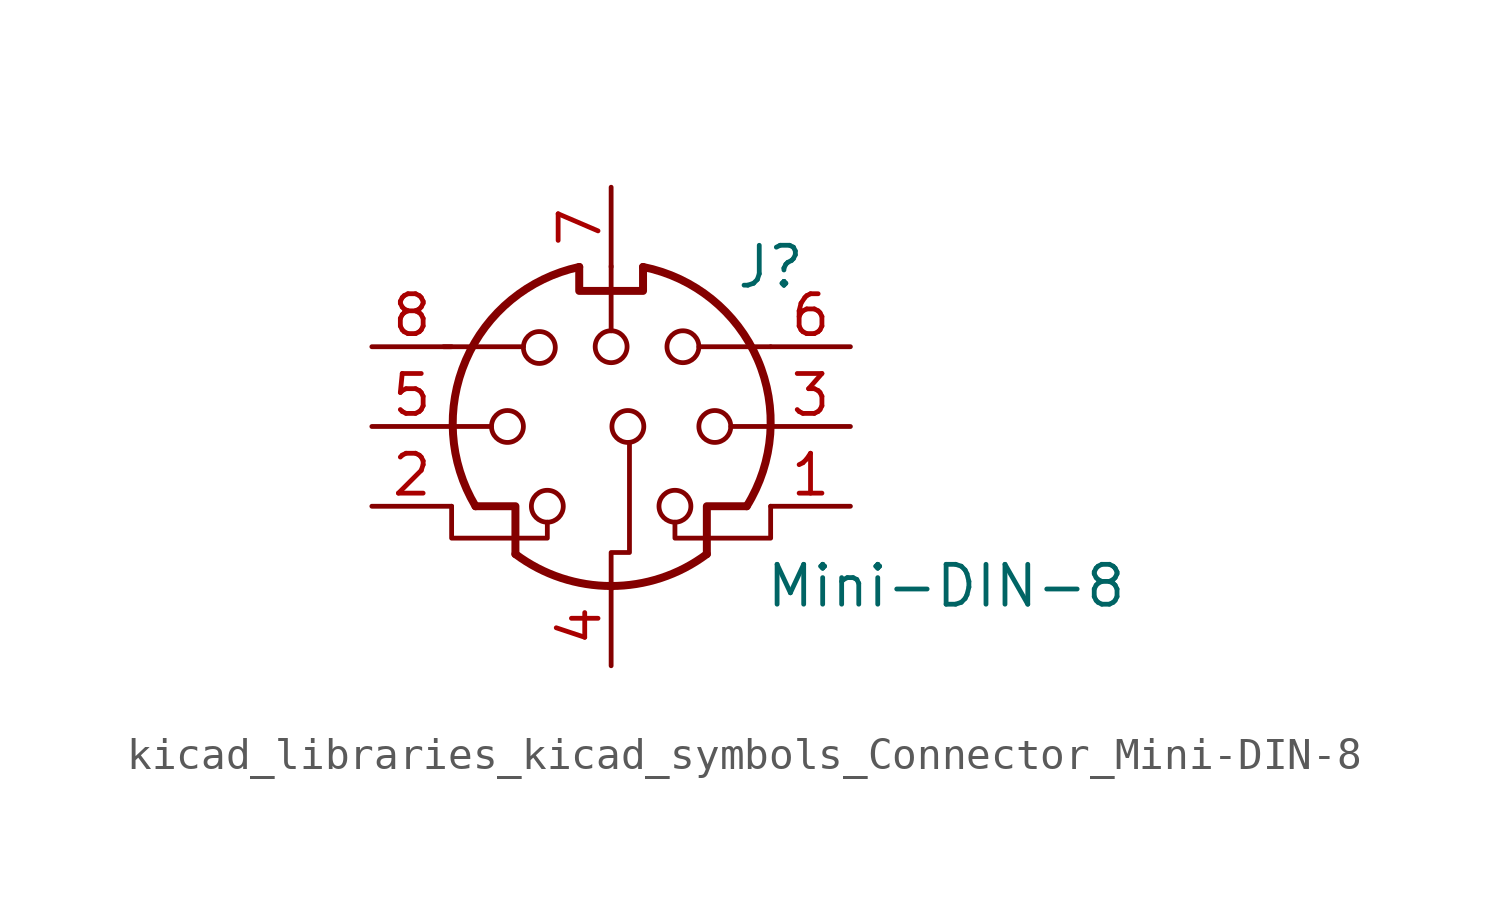
<source format=kicad_sym>
(kicad_symbol_lib
  (version 20220914)
  (generator kicad_symbol_editor)
  (symbol "kicad_libraries_kicad_symbols_Connector_Mini-DIN-8"
    (pin_names
      (offset 1.016))
    (property "Reference" "J"
      (at 5.08 5.08 0)
      (effects (font (size 1.27 1.27))))
    (property "Value" "Mini-DIN-8"
      (at 10.668 -5.08 0)
      (effects (font (size 1.27 1.27))))
    (symbol "kicad_libraries_kicad_symbols_Connector_Mini-DIN-8_0_1"
      (circle (center -3.302 0) (radius 0.508) (stroke (width 0) (type default)) (fill (type none)))
      (arc (start -3.048 -4.064) (mid 0 -5.08) (end 3.048 -4.064) (stroke (width 0.254) (type default)) (fill (type none)))
      (circle (center -2.286 2.515) (radius 0.508) (stroke (width 0) (type default)) (fill (type none)))
      (circle (center -2.032 -2.54) (radius 0.508) (stroke (width 0) (type default)) (fill (type none)))
      (arc (start -1.016 5.08) (mid -4.6228 2.1214) (end -4.318 -2.54) (stroke (width 0.254) (type default)) (fill (type none)))
      (polyline (pts (xy -3.81 0) (xy -5.08 0)) (stroke (width 0) (type default)) (fill (type none)))
      (polyline (pts (xy -2.794 2.54) (xy -5.334 2.54)) (stroke (width 0) (type default)) (fill (type none)))
      (polyline (pts (xy 0 5.105) (xy 0 3.048)) (stroke (width 0) (type default)) (fill (type none)))
      (polyline (pts (xy 2.794 2.54) (xy 5.08 2.54)) (stroke (width 0) (type default)) (fill (type none)))
      (polyline (pts (xy 5.08 0) (xy 3.81 0)) (stroke (width 0) (type default)) (fill (type none)))
      (polyline (pts (xy -4.318 -2.54) (xy -3.048 -2.54) (xy -3.048 -4.064)) (stroke (width 0.254) (type default)) (fill (type none)))
      (polyline (pts (xy 4.318 -2.54) (xy 3.048 -2.54) (xy 3.048 -4.064)) (stroke (width 0.254) (type default)) (fill (type none)))
      (polyline (pts (xy -2.032 -3.048) (xy -2.032 -3.556) (xy -5.08 -3.556) (xy -5.08 -2.54)) (stroke (width 0) (type default)) (fill (type none)))
      (polyline (pts (xy -1.016 5.08) (xy -1.016 4.318) (xy 1.016 4.318) (xy 1.016 5.08)) (stroke (width 0.254) (type default)) (fill (type none)))
      (polyline (pts (xy 0.584 -0.508) (xy 0.584 -4.013) (xy 0 -4.013) (xy 0 -5.182)) (stroke (width 0) (type default)) (fill (type none)))
      (polyline (pts (xy 2.032 -3.048) (xy 2.032 -3.556) (xy 5.08 -3.556) (xy 5.08 -2.54)) (stroke (width 0) (type default)) (fill (type none)))
      (circle (center 0 2.54) (radius 0.508) (stroke (width 0) (type default)) (fill (type none)))
      (circle (center 2.032 -2.54) (radius 0.508) (stroke (width 0) (type default)) (fill (type none)))
      (circle (center 2.286 2.54) (radius 0.508) (stroke (width 0) (type default)) (fill (type none)))
      (circle (center 3.302 0) (radius 0.508) (stroke (width 0) (type default)) (fill (type none)))
      (arc (start 4.318 -2.54) (mid 4.6661 2.1322) (end 1.016 5.08) (stroke (width 0.254) (type default)) (fill (type none))))
    (symbol "kicad_libraries_kicad_symbols_Connector_Mini-DIN-8_1_1"
      (circle (center 0.533 0) (radius 0.508) (stroke (width 0) (type default)) (fill (type none)))
      (pin passive line (at 7.62 -2.54 180) (length 2.54) (name "~" (effects (font (size 1.27 1.27)))) (number "1" (effects (font (size 1.27 1.27)))))
      (pin passive line (at -7.62 -2.54 0) (length 2.54) (name "~" (effects (font (size 1.27 1.27)))) (number "2" (effects (font (size 1.27 1.27)))))
      (pin passive line (at 7.62 0 180) (length 2.54) (name "~" (effects (font (size 1.27 1.27)))) (number "3" (effects (font (size 1.27 1.27)))))
      (pin passive line (at 0 -7.62 90) (length 2.54) (name "~" (effects (font (size 1.27 1.27)))) (number "4" (effects (font (size 1.27 1.27)))))
      (pin passive line (at -7.62 0 0) (length 2.54) (name "~" (effects (font (size 1.27 1.27)))) (number "5" (effects (font (size 1.27 1.27)))))
      (pin passive line (at 7.62 2.54 180) (length 2.54) (name "~" (effects (font (size 1.27 1.27)))) (number "6" (effects (font (size 1.27 1.27)))))
      (pin passive line (at 0 7.62 270) (length 2.54) (name "~" (effects (font (size 1.27 1.27)))) (number "7" (effects (font (size 1.27 1.27)))))
      (pin passive line (at -7.62 2.54 0) (length 2.54) (name "~" (effects (font (size 1.27 1.27)))) (number "8" (effects (font (size 1.27 1.27))))))))
</source>
